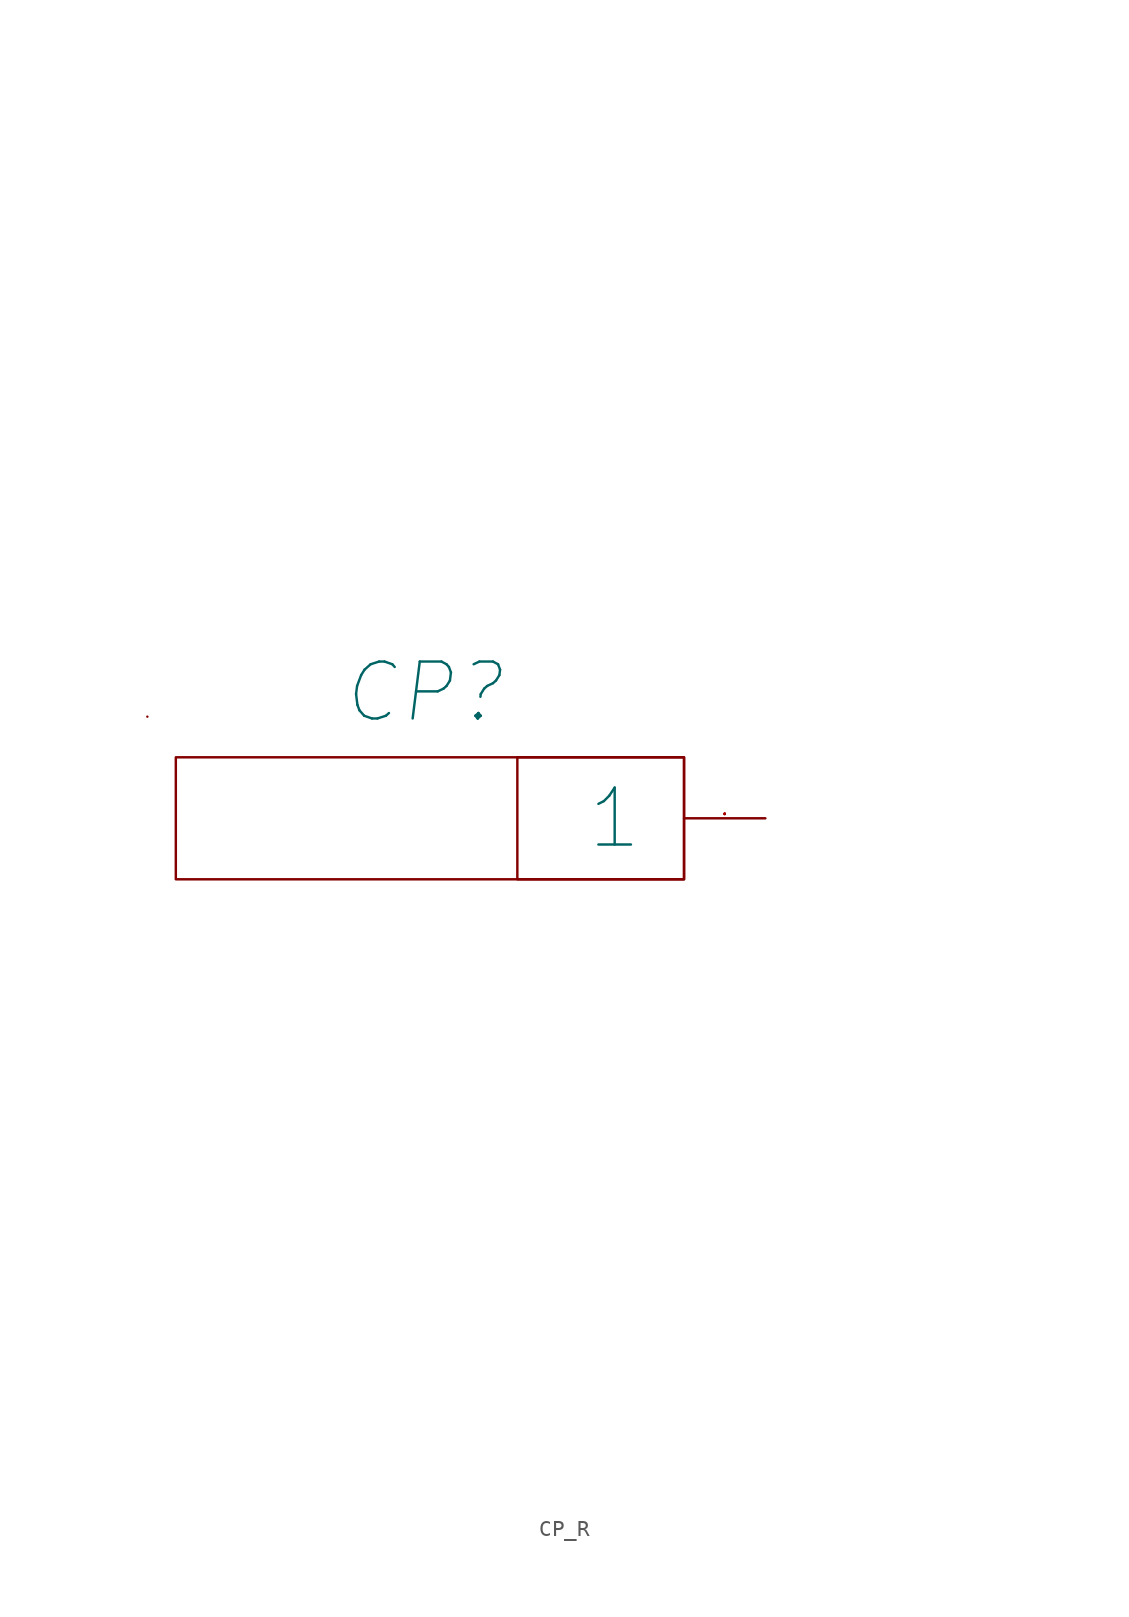
<source format=kicad_sym>
(kicad_symbol_lib
  (version 20210619)
  (generator kicad_symbol_editor)
  (symbol "my_Library:CP_R"
    (pin_names
      (offset 2.54))
    (property "Reference" "CP"
      (at -21.336 7.874 0)
      (effects (font (size 3.556 3.556) italic)))
    (property "PIN1" "  "
      (at -12.636 37.959 0)
      (effects (font (size 2.007 2.007) italic)))
    (property "PIN2" "   "
      (at -12.636 33.722 0)
      (effects (font (size 2.007 2.007) italic)))
    (property "PIN3" " "
      (at -12.636 29.485 0)
      (effects (font (size 2.007 2.007) italic)))
    (property "PIN4" "  "
      (at -12.636 25.248 0)
      (effects (font (size 2.007 2.007) italic)))
    (property "PIN5" " "
      (at -12.636 21.011 0)
      (effects (font (size 2.007 2.007) italic)))
    (symbol "CP_R_0_0"
      (pin passive line (at 0 0 180) (length 5.08) (name "1" (effects (font (size 3.556 3.556)))) (number "1" (effects (font (size 0.025 0.025))))))
    (symbol "CP_R_1_1"
      (text " " (at 9.906 -12.7 0) (effects (font (size 2.007 2.007) italic)))
      (text " " (at 9.906 -7.62 0) (effects (font (size 2.007 2.007) italic)))
      (text " " (at 9.906 -2.54 0) (effects (font (size 2.007 2.007) italic)))
      (text " " (at 9.906 2.54 0) (effects (font (size 2.007 2.007) italic)))
      (text " " (at 9.906 17.78 0) (effects (font (size 2.007 2.007) italic)))
      (text " " (at 12.446 -34.29 0) (effects (font (size 2.007 2.007) italic)))
      (text " " (at 12.446 -29.21 0) (effects (font (size 2.007 2.007) italic)))
      (text " " (at 12.446 -24.13 0) (effects (font (size 2.007 2.007) italic)))
      (rectangle (start -38.608 6.35) (end -38.608 6.35) (stroke (width 0)) (fill (type none)))
      (rectangle (start -36.83 3.81) (end -5.08 -3.81) (stroke (width 0)) (fill (type none)))
      (rectangle (start -15.494 3.81) (end -5.08 -3.81) (stroke (width 0)) (fill (type none))))))
</source>
